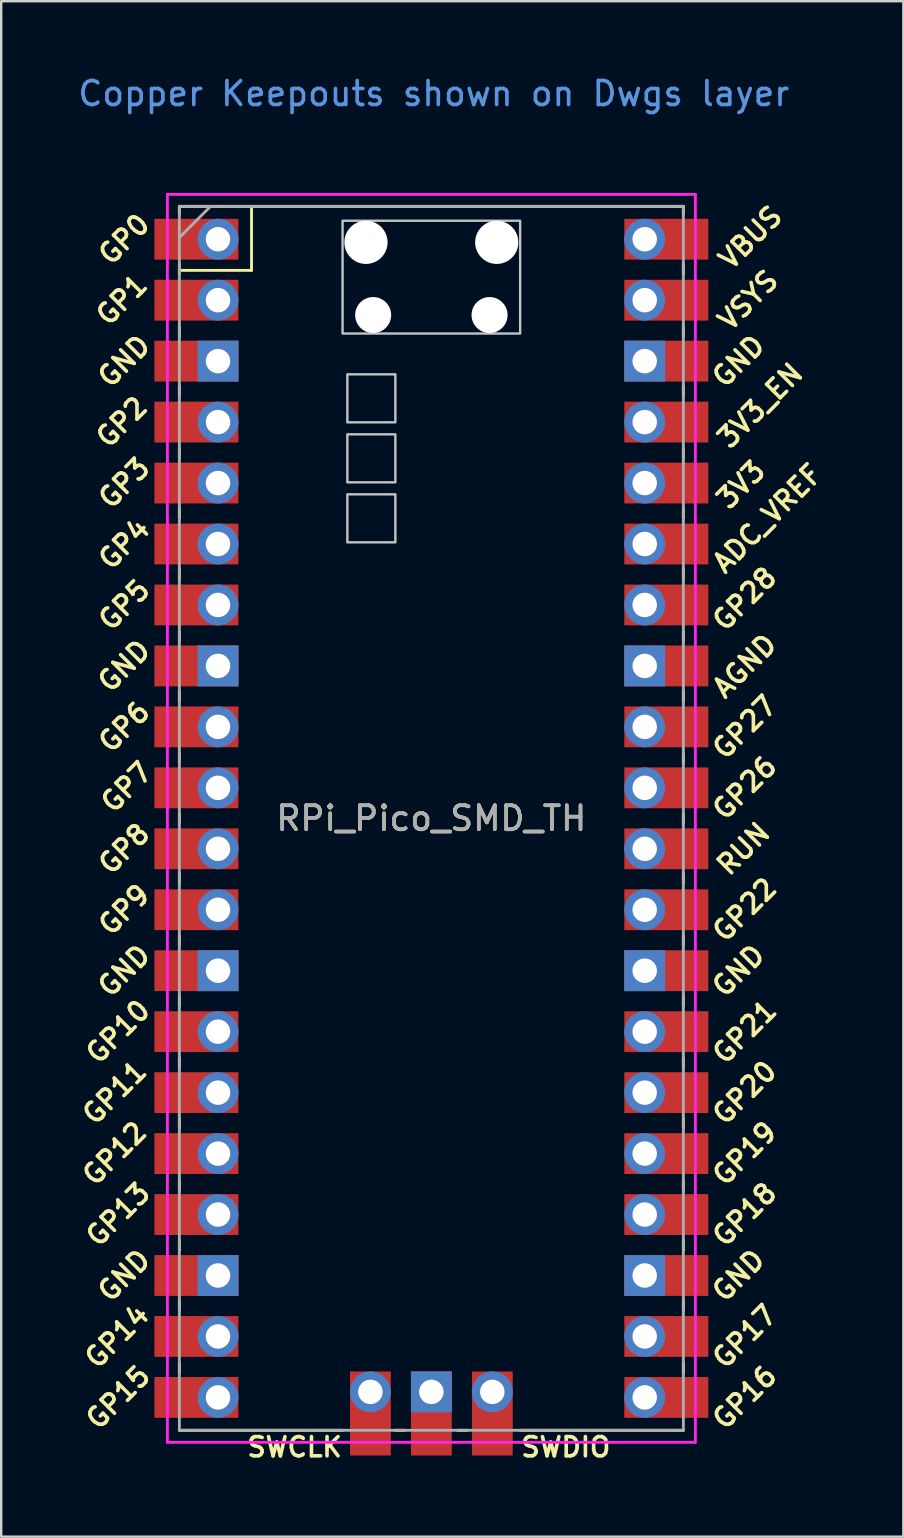
<source format=kicad_pcb>
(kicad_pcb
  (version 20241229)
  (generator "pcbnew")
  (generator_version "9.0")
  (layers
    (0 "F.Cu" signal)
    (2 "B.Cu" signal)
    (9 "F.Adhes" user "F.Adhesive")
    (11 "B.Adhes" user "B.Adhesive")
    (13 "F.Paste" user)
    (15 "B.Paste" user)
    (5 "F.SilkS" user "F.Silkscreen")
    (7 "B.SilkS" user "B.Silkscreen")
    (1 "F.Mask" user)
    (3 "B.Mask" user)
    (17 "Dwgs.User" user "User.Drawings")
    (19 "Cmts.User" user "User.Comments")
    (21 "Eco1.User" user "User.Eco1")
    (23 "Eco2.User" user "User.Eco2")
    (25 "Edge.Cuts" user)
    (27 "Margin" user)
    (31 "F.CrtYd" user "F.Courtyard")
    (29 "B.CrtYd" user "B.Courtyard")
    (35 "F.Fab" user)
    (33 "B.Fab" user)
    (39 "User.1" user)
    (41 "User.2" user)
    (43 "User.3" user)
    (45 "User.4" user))
  (footprint "RPi_Pico_SMD_TH"
    (layer "F.Cu")
    (at 14.924 31.048)
    (property "Reference" "RPi_Pico_SMD_TH" (at 0 0 0) (layer "F.SilkS") (effects (font (size 1 1) (thickness 0.15))))
    (attr through_hole)
    (fp_line (start -10.5 -25.5) (end -10.5 -25.2) (stroke (width 0.12) (type solid)) (layer "F.SilkS"))
    (fp_line (start -10.5 -25.5) (end 10.5 -25.5) (stroke (width 0.12) (type solid)) (layer "F.SilkS"))
    (fp_line (start -10.5 -23.1) (end -10.5 -22.7) (stroke (width 0.12) (type solid)) (layer "F.SilkS"))
    (fp_line (start -10.5 -22.833) (end -7.493 -22.833) (stroke (width 0.12) (type solid)) (layer "F.SilkS"))
    (fp_line (start -10.5 -20.5) (end -10.5 -20.1) (stroke (width 0.12) (type solid)) (layer "F.SilkS"))
    (fp_line (start -10.5 -18) (end -10.5 -17.6) (stroke (width 0.12) (type solid)) (layer "F.SilkS"))
    (fp_line (start -10.5 -15.4) (end -10.5 -15) (stroke (width 0.12) (type solid)) (layer "F.SilkS"))
    (fp_line (start -10.5 -12.9) (end -10.5 -12.5) (stroke (width 0.12) (type solid)) (layer "F.SilkS"))
    (fp_line (start -10.5 -10.4) (end -10.5 -10) (stroke (width 0.12) (type solid)) (layer "F.SilkS"))
    (fp_line (start -10.5 -7.8) (end -10.5 -7.4) (stroke (width 0.12) (type solid)) (layer "F.SilkS"))
    (fp_line (start -10.5 -5.3) (end -10.5 -4.9) (stroke (width 0.12) (type solid)) (layer "F.SilkS"))
    (fp_line (start -10.5 -2.7) (end -10.5 -2.3) (stroke (width 0.12) (type solid)) (layer "F.SilkS"))
    (fp_line (start -10.5 -0.2) (end -10.5 0.2) (stroke (width 0.12) (type solid)) (layer "F.SilkS"))
    (fp_line (start -10.5 2.3) (end -10.5 2.7) (stroke (width 0.12) (type solid)) (layer "F.SilkS"))
    (fp_line (start -10.5 4.9) (end -10.5 5.3) (stroke (width 0.12) (type solid)) (layer "F.SilkS"))
    (fp_line (start -10.5 7.4) (end -10.5 7.8) (stroke (width 0.12) (type solid)) (layer "F.SilkS"))
    (fp_line (start -10.5 10) (end -10.5 10.4) (stroke (width 0.12) (type solid)) (layer "F.SilkS"))
    (fp_line (start -10.5 12.5) (end -10.5 12.9) (stroke (width 0.12) (type solid)) (layer "F.SilkS"))
    (fp_line (start -10.5 15.1) (end -10.5 15.5) (stroke (width 0.12) (type solid)) (layer "F.SilkS"))
    (fp_line (start -10.5 17.6) (end -10.5 18) (stroke (width 0.12) (type solid)) (layer "F.SilkS"))
    (fp_line (start -10.5 20.1) (end -10.5 20.5) (stroke (width 0.12) (type solid)) (layer "F.SilkS"))
    (fp_line (start -10.5 22.7) (end -10.5 23.1) (stroke (width 0.12) (type solid)) (layer "F.SilkS"))
    (fp_line (start -7.493 -22.833) (end -7.493 -25.5) (stroke (width 0.12) (type solid)) (layer "F.SilkS"))
    (fp_line (start -3.7 25.5) (end -10.5 25.5) (stroke (width 0.12) (type solid)) (layer "F.SilkS"))
    (fp_line (start -1.5 25.5) (end -1.1 25.5) (stroke (width 0.12) (type solid)) (layer "F.SilkS"))
    (fp_line (start 1.1 25.5) (end 1.5 25.5) (stroke (width 0.12) (type solid)) (layer "F.SilkS"))
    (fp_line (start 10.5 -25.5) (end 10.5 -25.2) (stroke (width 0.12) (type solid)) (layer "F.SilkS"))
    (fp_line (start 10.5 -23.1) (end 10.5 -22.7) (stroke (width 0.12) (type solid)) (layer "F.SilkS"))
    (fp_line (start 10.5 -20.5) (end 10.5 -20.1) (stroke (width 0.12) (type solid)) (layer "F.SilkS"))
    (fp_line (start 10.5 -18) (end 10.5 -17.6) (stroke (width 0.12) (type solid)) (layer "F.SilkS"))
    (fp_line (start 10.5 -15.4) (end 10.5 -15) (stroke (width 0.12) (type solid)) (layer "F.SilkS"))
    (fp_line (start 10.5 -12.9) (end 10.5 -12.5) (stroke (width 0.12) (type solid)) (layer "F.SilkS"))
    (fp_line (start 10.5 -10.4) (end 10.5 -10) (stroke (width 0.12) (type solid)) (layer "F.SilkS"))
    (fp_line (start 10.5 -7.8) (end 10.5 -7.4) (stroke (width 0.12) (type solid)) (layer "F.SilkS"))
    (fp_line (start 10.5 -5.3) (end 10.5 -4.9) (stroke (width 0.12) (type solid)) (layer "F.SilkS"))
    (fp_line (start 10.5 -2.7) (end 10.5 -2.3) (stroke (width 0.12) (type solid)) (layer "F.SilkS"))
    (fp_line (start 10.5 -0.2) (end 10.5 0.2) (stroke (width 0.12) (type solid)) (layer "F.SilkS"))
    (fp_line (start 10.5 2.3) (end 10.5 2.7) (stroke (width 0.12) (type solid)) (layer "F.SilkS"))
    (fp_line (start 10.5 4.9) (end 10.5 5.3) (stroke (width 0.12) (type solid)) (layer "F.SilkS"))
    (fp_line (start 10.5 7.4) (end 10.5 7.8) (stroke (width 0.12) (type solid)) (layer "F.SilkS"))
    (fp_line (start 10.5 10) (end 10.5 10.4) (stroke (width 0.12) (type solid)) (layer "F.SilkS"))
    (fp_line (start 10.5 12.5) (end 10.5 12.9) (stroke (width 0.12) (type solid)) (layer "F.SilkS"))
    (fp_line (start 10.5 15.1) (end 10.5 15.5) (stroke (width 0.12) (type solid)) (layer "F.SilkS"))
    (fp_line (start 10.5 17.6) (end 10.5 18) (stroke (width 0.12) (type solid)) (layer "F.SilkS"))
    (fp_line (start 10.5 20.1) (end 10.5 20.5) (stroke (width 0.12) (type solid)) (layer "F.SilkS"))
    (fp_line (start 10.5 22.7) (end 10.5 23.1) (stroke (width 0.12) (type solid)) (layer "F.SilkS"))
    (fp_line (start 10.5 25.5) (end 3.7 25.5) (stroke (width 0.12) (type solid)) (layer "F.SilkS"))
    (fp_poly (pts (xy -1.5 -16.5) (xy -3.5 -16.5) (xy -3.5 -18.5) (xy -1.5 -18.5)) (stroke (width 0.1) (type solid)) (fill no) (layer "Dwgs.User"))
    (fp_poly (pts (xy -1.5 -14) (xy -3.5 -14) (xy -3.5 -16) (xy -1.5 -16)) (stroke (width 0.1) (type solid)) (fill no) (layer "Dwgs.User"))
    (fp_poly (pts (xy -1.5 -11.5) (xy -3.5 -11.5) (xy -3.5 -13.5) (xy -1.5 -13.5)) (stroke (width 0.1) (type solid)) (fill no) (layer "Dwgs.User"))
    (fp_poly (pts (xy 3.7 -20.2) (xy -3.7 -20.2) (xy -3.7 -24.9) (xy 3.7 -24.9)) (stroke (width 0.1) (type solid)) (fill no) (layer "Dwgs.User"))
    (fp_line (start -11 -26) (end 11 -26) (stroke (width 0.12) (type solid)) (layer "F.CrtYd"))
    (fp_line (start -11 26) (end -11 -26) (stroke (width 0.12) (type solid)) (layer "F.CrtYd"))
    (fp_line (start 11 -26) (end 11 26) (stroke (width 0.12) (type solid)) (layer "F.CrtYd"))
    (fp_line (start 11 26) (end -11 26) (stroke (width 0.12) (type solid)) (layer "F.CrtYd"))
    (fp_line (start -10.5 -25.5) (end 10.5 -25.5) (stroke (width 0.12) (type solid)) (layer "F.Fab"))
    (fp_line (start -10.5 -24.2) (end -9.2 -25.5) (stroke (width 0.12) (type solid)) (layer "F.Fab"))
    (fp_line (start -10.5 25.5) (end -10.5 -25.5) (stroke (width 0.12) (type solid)) (layer "F.Fab"))
    (fp_line (start 10.5 -25.5) (end 10.5 25.5) (stroke (width 0.12) (type solid)) (layer "F.Fab"))
    (fp_line (start 10.5 25.5) (end -10.5 25.5) (stroke (width 0.12) (type solid)) (layer "F.Fab"))
    (fp_text user "GND" (at -12.8 6.35 45) (layer "F.SilkS") (effects (font (size 0.8 0.8) (thickness 0.15))))
    (fp_text user "GP10" (at -13.054 8.89 45) (layer "F.SilkS") (effects (font (size 0.8 0.8) (thickness 0.15))))
    (fp_text user "GND" (at -12.8 -19.05 45) (layer "F.SilkS") (effects (font (size 0.8 0.8) (thickness 0.15))))
    (fp_text user "3V3" (at 12.9 -13.9 45) (layer "F.SilkS") (effects (font (size 0.8 0.8) (thickness 0.15))))
    (fp_text user "GP15" (at -13.054 24.13 45) (layer "F.SilkS") (effects (font (size 0.8 0.8) (thickness 0.15))))
    (fp_text user "GP12" (at -13.2 13.97 45) (layer "F.SilkS") (effects (font (size 0.8 0.8) (thickness 0.15))))
    (fp_text user "GP5" (at -12.8 -8.89 45) (layer "F.SilkS") (effects (font (size 0.8 0.8) (thickness 0.15))))
    (fp_text user "GP19" (at 13.054 13.97 45) (layer "F.SilkS") (effects (font (size 0.8 0.8) (thickness 0.15))))
    (fp_text user "GP28" (at 13.054 -9.144 45) (layer "F.SilkS") (effects (font (size 0.8 0.8) (thickness 0.15))))
    (fp_text user "GP16" (at 13.054 24.13 45) (layer "F.SilkS") (effects (font (size 0.8 0.8) (thickness 0.15))))
    (fp_text user "VSYS" (at 13.2 -21.59 45) (layer "F.SilkS") (effects (font (size 0.8 0.8) (thickness 0.15))))
    (fp_text user "GND" (at -12.8 19.05 45) (layer "F.SilkS") (effects (font (size 0.8 0.8) (thickness 0.15))))
    (fp_text user "GND" (at -12.8 -6.35 45) (layer "F.SilkS") (effects (font (size 0.8 0.8) (thickness 0.15))))
    (fp_text user "GP22" (at 13.054 3.81 45) (layer "F.SilkS") (effects (font (size 0.8 0.8) (thickness 0.15))))
    (fp_text user "GP4" (at -12.8 -11.43 45) (layer "F.SilkS") (effects (font (size 0.8 0.8) (thickness 0.15))))
    (fp_text user "SWCLK" (at -5.7 26.2 0) (layer "F.SilkS") (effects (font (size 0.8 0.8) (thickness 0.15))))
    (fp_text user "ADC_VREF" (at 14 -12.5 45) (layer "F.SilkS") (effects (font (size 0.8 0.8) (thickness 0.15))))
    (fp_text user "GP6" (at -12.8 -3.81 45) (layer "F.SilkS") (effects (font (size 0.8 0.8) (thickness 0.15))))
    (fp_text user "GND" (at 12.8 -19.05 45) (layer "F.SilkS") (effects (font (size 0.8 0.8) (thickness 0.15))))
    (fp_text user "GP2" (at -12.9 -16.51 45) (layer "F.SilkS") (effects (font (size 0.8 0.8) (thickness 0.15))))
    (fp_text user "3V3_EN" (at 13.7 -17.2 45) (layer "F.SilkS") (effects (font (size 0.8 0.8) (thickness 0.15))))
    (fp_text user "SWDIO" (at 5.6 26.2 0) (layer "F.SilkS") (effects (font (size 0.8 0.8) (thickness 0.15))))
    (fp_text user "RUN" (at 13 1.27 45) (layer "F.SilkS") (effects (font (size 0.8 0.8) (thickness 0.15))))
    (fp_text user "GND" (at 12.8 19.05 45) (layer "F.SilkS") (effects (font (size 0.8 0.8) (thickness 0.15))))
    (fp_text user "GP1" (at -12.9 -21.6 45) (layer "F.SilkS") (effects (font (size 0.8 0.8) (thickness 0.15))))
    (fp_text user "GP21" (at 13.054 8.9 45) (layer "F.SilkS") (effects (font (size 0.8 0.8) (thickness 0.15))))
    (fp_text user "GP11" (at -13.2 11.43 45) (layer "F.SilkS") (effects (font (size 0.8 0.8) (thickness 0.15))))
    (fp_text user "GP26" (at 13.054 -1.27 45) (layer "F.SilkS") (effects (font (size 0.8 0.8) (thickness 0.15))))
    (fp_text user "GP14" (at -13.1 21.59 45) (layer "F.SilkS") (effects (font (size 0.8 0.8) (thickness 0.15))))
    (fp_text user "GP27" (at 13.054 -3.8 45) (layer "F.SilkS") (effects (font (size 0.8 0.8) (thickness 0.15))))
    (fp_text user "GP8" (at -12.8 1.27 45) (layer "F.SilkS") (effects (font (size 0.8 0.8) (thickness 0.15))))
    (fp_text user "VBUS" (at 13.3 -24.2 45) (layer "F.SilkS") (effects (font (size 0.8 0.8) (thickness 0.15))))
    (fp_text user "GP9" (at -12.8 3.81 45) (layer "F.SilkS") (effects (font (size 0.8 0.8) (thickness 0.15))))
    (fp_text user "GP20" (at 13.054 11.43 45) (layer "F.SilkS") (effects (font (size 0.8 0.8) (thickness 0.15))))
    (fp_text user "AGND" (at 13.054 -6.35 45) (layer "F.SilkS") (effects (font (size 0.8 0.8) (thickness 0.15))))
    (fp_text user "GP3" (at -12.8 -13.97 45) (layer "F.SilkS") (effects (font (size 0.8 0.8) (thickness 0.15))))
    (fp_text user "GP17" (at 13.054 21.59 45) (layer "F.SilkS") (effects (font (size 0.8 0.8) (thickness 0.15))))
    (fp_text user "GP18" (at 13.054 16.51 45) (layer "F.SilkS") (effects (font (size 0.8 0.8) (thickness 0.15))))
    (fp_text user "GND" (at 12.8 6.35 45) (layer "F.SilkS") (effects (font (size 0.8 0.8) (thickness 0.15))))
    (fp_text user "GP0" (at -12.8 -24.13 45) (layer "F.SilkS") (effects (font (size 0.8 0.8) (thickness 0.15))))
    (fp_text user "GP13" (at -13.054 16.51 45) (layer "F.SilkS") (effects (font (size 0.8 0.8) (thickness 0.15))))
    (fp_text user "GP7" (at -12.7 -1.3 45) (layer "F.SilkS") (effects (font (size 0.8 0.8) (thickness 0.15))))
    (fp_text user "Copper Keepouts shown on Dwgs layer" (at 0.1 -30.2 0) (layer "Cmts.User") (effects (font (size 1 1) (thickness 0.15))))
    (fp_text user "${REFERENCE}" (at 0 0 180) (layer "F.Fab") (effects (font (size 1 1) (thickness 0.15))))
    (pad "" np_thru_hole oval (at -2.725 -24) (size 1.8 1.8) (drill 1.8) (layers "*.Cu" "*.Mask"))
    (pad "" np_thru_hole oval (at -2.425 -20.97) (size 1.5 1.5) (drill 1.5) (layers "*.Cu" "*.Mask"))
    (pad "" np_thru_hole oval (at 2.425 -20.97) (size 1.5 1.5) (drill 1.5) (layers "*.Cu" "*.Mask"))
    (pad "" np_thru_hole oval (at 2.725 -24) (size 1.8 1.8) (drill 1.8) (layers "*.Cu" "*.Mask"))
    (pad "1" thru_hole oval (at -8.89 -24.13) (size 1.7 1.7) (drill 1.02) (layers "*.Cu" "*.Mask"))
    (pad "1" smd rect (at -8.89 -24.13) (size 3.5 1.7) (drill (offset -0.9 0)) (layers "F.Cu" "F.Mask"))
    (pad "2" thru_hole oval (at -8.89 -21.59) (size 1.7 1.7) (drill 1.02) (layers "*.Cu" "*.Mask"))
    (pad "2" smd rect (at -8.89 -21.59) (size 3.5 1.7) (drill (offset -0.9 0)) (layers "F.Cu" "F.Mask"))
    (pad "3" thru_hole rect (at -8.89 -19.05) (size 1.7 1.7) (drill 1.02) (layers "*.Cu" "*.Mask"))
    (pad "3" smd rect (at -8.89 -19.05) (size 3.5 1.7) (drill (offset -0.9 0)) (layers "F.Cu" "F.Mask"))
    (pad "4" thru_hole oval (at -8.89 -16.51) (size 1.7 1.7) (drill 1.02) (layers "*.Cu" "*.Mask"))
    (pad "4" smd rect (at -8.89 -16.51) (size 3.5 1.7) (drill (offset -0.9 0)) (layers "F.Cu" "F.Mask"))
    (pad "5" thru_hole oval (at -8.89 -13.97) (size 1.7 1.7) (drill 1.02) (layers "*.Cu" "*.Mask"))
    (pad "5" smd rect (at -8.89 -13.97) (size 3.5 1.7) (drill (offset -0.9 0)) (layers "F.Cu" "F.Mask"))
    (pad "6" thru_hole oval (at -8.89 -11.43) (size 1.7 1.7) (drill 1.02) (layers "*.Cu" "*.Mask"))
    (pad "6" smd rect (at -8.89 -11.43) (size 3.5 1.7) (drill (offset -0.9 0)) (layers "F.Cu" "F.Mask"))
    (pad "7" thru_hole oval (at -8.89 -8.89) (size 1.7 1.7) (drill 1.02) (layers "*.Cu" "*.Mask"))
    (pad "7" smd rect (at -8.89 -8.89) (size 3.5 1.7) (drill (offset -0.9 0)) (layers "F.Cu" "F.Mask"))
    (pad "8" thru_hole rect (at -8.89 -6.35) (size 1.7 1.7) (drill 1.02) (layers "*.Cu" "*.Mask"))
    (pad "8" smd rect (at -8.89 -6.35) (size 3.5 1.7) (drill (offset -0.9 0)) (layers "F.Cu" "F.Mask"))
    (pad "9" thru_hole oval (at -8.89 -3.81) (size 1.7 1.7) (drill 1.02) (layers "*.Cu" "*.Mask"))
    (pad "9" smd rect (at -8.89 -3.81) (size 3.5 1.7) (drill (offset -0.9 0)) (layers "F.Cu" "F.Mask"))
    (pad "10" thru_hole oval (at -8.89 -1.27) (size 1.7 1.7) (drill 1.02) (layers "*.Cu" "*.Mask"))
    (pad "10" smd rect (at -8.89 -1.27) (size 3.5 1.7) (drill (offset -0.9 0)) (layers "F.Cu" "F.Mask"))
    (pad "11" thru_hole oval (at -8.89 1.27) (size 1.7 1.7) (drill 1.02) (layers "*.Cu" "*.Mask"))
    (pad "11" smd rect (at -8.89 1.27) (size 3.5 1.7) (drill (offset -0.9 0)) (layers "F.Cu" "F.Mask"))
    (pad "12" thru_hole oval (at -8.89 3.81) (size 1.7 1.7) (drill 1.02) (layers "*.Cu" "*.Mask"))
    (pad "12" smd rect (at -8.89 3.81) (size 3.5 1.7) (drill (offset -0.9 0)) (layers "F.Cu" "F.Mask"))
    (pad "13" thru_hole rect (at -8.89 6.35) (size 1.7 1.7) (drill 1.02) (layers "*.Cu" "*.Mask"))
    (pad "13" smd rect (at -8.89 6.35) (size 3.5 1.7) (drill (offset -0.9 0)) (layers "F.Cu" "F.Mask"))
    (pad "14" thru_hole oval (at -8.89 8.89) (size 1.7 1.7) (drill 1.02) (layers "*.Cu" "*.Mask"))
    (pad "14" smd rect (at -8.89 8.89) (size 3.5 1.7) (drill (offset -0.9 0)) (layers "F.Cu" "F.Mask"))
    (pad "15" thru_hole oval (at -8.89 11.43) (size 1.7 1.7) (drill 1.02) (layers "*.Cu" "*.Mask"))
    (pad "15" smd rect (at -8.89 11.43) (size 3.5 1.7) (drill (offset -0.9 0)) (layers "F.Cu" "F.Mask"))
    (pad "16" thru_hole oval (at -8.89 13.97) (size 1.7 1.7) (drill 1.02) (layers "*.Cu" "*.Mask"))
    (pad "16" smd rect (at -8.89 13.97) (size 3.5 1.7) (drill (offset -0.9 0)) (layers "F.Cu" "F.Mask"))
    (pad "17" thru_hole oval (at -8.89 16.51) (size 1.7 1.7) (drill 1.02) (layers "*.Cu" "*.Mask"))
    (pad "17" smd rect (at -8.89 16.51) (size 3.5 1.7) (drill (offset -0.9 0)) (layers "F.Cu" "F.Mask"))
    (pad "18" thru_hole rect (at -8.89 19.05) (size 1.7 1.7) (drill 1.02) (layers "*.Cu" "*.Mask"))
    (pad "18" smd rect (at -8.89 19.05) (size 3.5 1.7) (drill (offset -0.9 0)) (layers "F.Cu" "F.Mask"))
    (pad "19" thru_hole oval (at -8.89 21.59) (size 1.7 1.7) (drill 1.02) (layers "*.Cu" "*.Mask"))
    (pad "19" smd rect (at -8.89 21.59) (size 3.5 1.7) (drill (offset -0.9 0)) (layers "F.Cu" "F.Mask"))
    (pad "20" thru_hole oval (at -8.89 24.13) (size 1.7 1.7) (drill 1.02) (layers "*.Cu" "*.Mask"))
    (pad "20" smd rect (at -8.89 24.13) (size 3.5 1.7) (drill (offset -0.9 0)) (layers "F.Cu" "F.Mask"))
    (pad "21" thru_hole oval (at 8.89 24.13) (size 1.7 1.7) (drill 1.02) (layers "*.Cu" "*.Mask"))
    (pad "21" smd rect (at 8.89 24.13) (size 3.5 1.7) (drill (offset 0.9 0)) (layers "F.Cu" "F.Mask"))
    (pad "22" thru_hole oval (at 8.89 21.59) (size 1.7 1.7) (drill 1.02) (layers "*.Cu" "*.Mask"))
    (pad "22" smd rect (at 8.89 21.59) (size 3.5 1.7) (drill (offset 0.9 0)) (layers "F.Cu" "F.Mask"))
    (pad "23" thru_hole rect (at 8.89 19.05) (size 1.7 1.7) (drill 1.02) (layers "*.Cu" "*.Mask"))
    (pad "23" smd rect (at 8.89 19.05) (size 3.5 1.7) (drill (offset 0.9 0)) (layers "F.Cu" "F.Mask"))
    (pad "24" thru_hole oval (at 8.89 16.51) (size 1.7 1.7) (drill 1.02) (layers "*.Cu" "*.Mask"))
    (pad "24" smd rect (at 8.89 16.51) (size 3.5 1.7) (drill (offset 0.9 0)) (layers "F.Cu" "F.Mask"))
    (pad "25" thru_hole oval (at 8.89 13.97) (size 1.7 1.7) (drill 1.02) (layers "*.Cu" "*.Mask"))
    (pad "25" smd rect (at 8.89 13.97) (size 3.5 1.7) (drill (offset 0.9 0)) (layers "F.Cu" "F.Mask"))
    (pad "26" thru_hole oval (at 8.89 11.43) (size 1.7 1.7) (drill 1.02) (layers "*.Cu" "*.Mask"))
    (pad "26" smd rect (at 8.89 11.43) (size 3.5 1.7) (drill (offset 0.9 0)) (layers "F.Cu" "F.Mask"))
    (pad "27" thru_hole oval (at 8.89 8.89) (size 1.7 1.7) (drill 1.02) (layers "*.Cu" "*.Mask"))
    (pad "27" smd rect (at 8.89 8.89) (size 3.5 1.7) (drill (offset 0.9 0)) (layers "F.Cu" "F.Mask"))
    (pad "28" thru_hole rect (at 8.89 6.35) (size 1.7 1.7) (drill 1.02) (layers "*.Cu" "*.Mask"))
    (pad "28" smd rect (at 8.89 6.35) (size 3.5 1.7) (drill (offset 0.9 0)) (layers "F.Cu" "F.Mask"))
    (pad "29" thru_hole oval (at 8.89 3.81) (size 1.7 1.7) (drill 1.02) (layers "*.Cu" "*.Mask"))
    (pad "29" smd rect (at 8.89 3.81) (size 3.5 1.7) (drill (offset 0.9 0)) (layers "F.Cu" "F.Mask"))
    (pad "30" thru_hole oval (at 8.89 1.27) (size 1.7 1.7) (drill 1.02) (layers "*.Cu" "*.Mask"))
    (pad "30" smd rect (at 8.89 1.27) (size 3.5 1.7) (drill (offset 0.9 0)) (layers "F.Cu" "F.Mask"))
    (pad "31" thru_hole oval (at 8.89 -1.27) (size 1.7 1.7) (drill 1.02) (layers "*.Cu" "*.Mask"))
    (pad "31" smd rect (at 8.89 -1.27) (size 3.5 1.7) (drill (offset 0.9 0)) (layers "F.Cu" "F.Mask"))
    (pad "32" thru_hole oval (at 8.89 -3.81) (size 1.7 1.7) (drill 1.02) (layers "*.Cu" "*.Mask"))
    (pad "32" smd rect (at 8.89 -3.81) (size 3.5 1.7) (drill (offset 0.9 0)) (layers "F.Cu" "F.Mask"))
    (pad "33" thru_hole rect (at 8.89 -6.35) (size 1.7 1.7) (drill 1.02) (layers "*.Cu" "*.Mask"))
    (pad "33" smd rect (at 8.89 -6.35) (size 3.5 1.7) (drill (offset 0.9 0)) (layers "F.Cu" "F.Mask"))
    (pad "34" thru_hole oval (at 8.89 -8.89) (size 1.7 1.7) (drill 1.02) (layers "*.Cu" "*.Mask"))
    (pad "34" smd rect (at 8.89 -8.89) (size 3.5 1.7) (drill (offset 0.9 0)) (layers "F.Cu" "F.Mask"))
    (pad "35" thru_hole oval (at 8.89 -11.43) (size 1.7 1.7) (drill 1.02) (layers "*.Cu" "*.Mask"))
    (pad "35" smd rect (at 8.89 -11.43) (size 3.5 1.7) (drill (offset 0.9 0)) (layers "F.Cu" "F.Mask"))
    (pad "36" thru_hole oval (at 8.89 -13.97) (size 1.7 1.7) (drill 1.02) (layers "*.Cu" "*.Mask"))
    (pad "36" smd rect (at 8.89 -13.97) (size 3.5 1.7) (drill (offset 0.9 0)) (layers "F.Cu" "F.Mask"))
    (pad "37" thru_hole oval (at 8.89 -16.51) (size 1.7 1.7) (drill 1.02) (layers "*.Cu" "*.Mask"))
    (pad "37" smd rect (at 8.89 -16.51) (size 3.5 1.7) (drill (offset 0.9 0)) (layers "F.Cu" "F.Mask"))
    (pad "38" thru_hole rect (at 8.89 -19.05) (size 1.7 1.7) (drill 1.02) (layers "*.Cu" "*.Mask"))
    (pad "38" smd rect (at 8.89 -19.05) (size 3.5 1.7) (drill (offset 0.9 0)) (layers "F.Cu" "F.Mask"))
    (pad "39" thru_hole oval (at 8.89 -21.59) (size 1.7 1.7) (drill 1.02) (layers "*.Cu" "*.Mask"))
    (pad "39" smd rect (at 8.89 -21.59) (size 3.5 1.7) (drill (offset 0.9 0)) (layers "F.Cu" "F.Mask"))
    (pad "40" thru_hole oval (at 8.89 -24.13) (size 1.7 1.7) (drill 1.02) (layers "*.Cu" "*.Mask"))
    (pad "40" smd rect (at 8.89 -24.13) (size 3.5 1.7) (drill (offset 0.9 0)) (layers "F.Cu" "F.Mask"))
    (pad "41" thru_hole oval (at -2.54 23.9) (size 1.7 1.7) (drill 1.02) (layers "*.Cu" "*.Mask"))
    (pad "41" smd rect (at -2.54 23.9 90) (size 3.5 1.7) (drill (offset -0.9 0)) (layers "F.Cu" "F.Mask"))
    (pad "42" thru_hole rect (at 0 23.9) (size 1.7 1.7) (drill 1.02) (layers "*.Cu" "*.Mask"))
    (pad "42" smd rect (at 0 23.9 90) (size 3.5 1.7) (drill (offset -0.9 0)) (layers "F.Cu" "F.Mask"))
    (pad "43" thru_hole oval (at 2.54 23.9) (size 1.7 1.7) (drill 1.02) (layers "*.Cu" "*.Mask"))
    (pad "43" smd rect (at 2.54 23.9 90) (size 3.5 1.7) (drill (offset -0.9 0)) (layers "F.Cu" "F.Mask")))
  (gr_rect
    (start -3 -3)
    (end 34.591 60.98)
    (stroke (width 0.1) (type default))
    (fill no)
    (layer "Edge.Cuts")))
</source>
